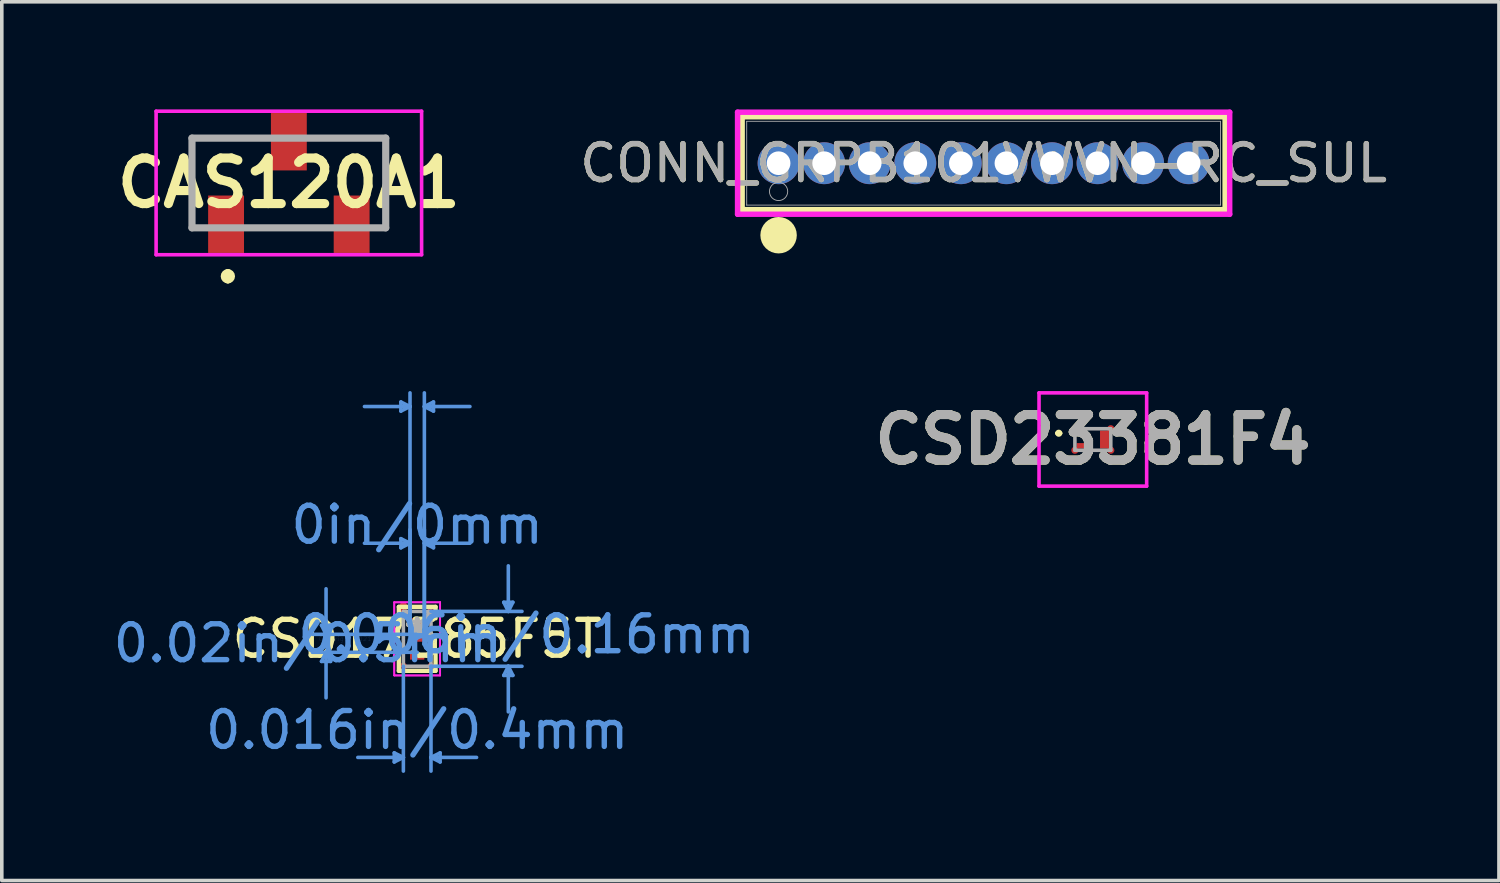
<source format=kicad_pcb>
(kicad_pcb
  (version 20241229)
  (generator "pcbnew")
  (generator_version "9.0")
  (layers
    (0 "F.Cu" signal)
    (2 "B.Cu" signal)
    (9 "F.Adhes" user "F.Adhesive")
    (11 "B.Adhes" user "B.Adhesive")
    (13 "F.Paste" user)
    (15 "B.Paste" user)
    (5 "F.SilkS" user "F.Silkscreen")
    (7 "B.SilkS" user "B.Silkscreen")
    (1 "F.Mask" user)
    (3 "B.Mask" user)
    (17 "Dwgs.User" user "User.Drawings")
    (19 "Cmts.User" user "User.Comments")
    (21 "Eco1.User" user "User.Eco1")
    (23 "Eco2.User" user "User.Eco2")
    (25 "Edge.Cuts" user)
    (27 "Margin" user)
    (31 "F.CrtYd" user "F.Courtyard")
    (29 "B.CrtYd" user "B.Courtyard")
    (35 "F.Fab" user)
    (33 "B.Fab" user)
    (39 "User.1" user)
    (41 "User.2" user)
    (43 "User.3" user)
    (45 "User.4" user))
  (footprint "CAS120A1"
    (layer "F.Cu")
    (at 5.001 2.05)
    (property "Reference" "CAS120A1" (at 0 0 0) (layer "F.SilkS") (effects (font (size 1.27 1.27) (thickness 0.254))))
    (attr smd)
    (fp_line (start -2.7 -1.25) (end -1 -1.25) (stroke (width 0.1) (type solid)) (layer "F.SilkS"))
    (fp_line (start -2.7 1.15) (end -2.7 -1.25) (stroke (width 0.1) (type solid)) (layer "F.SilkS"))
    (fp_line (start -2.7 1.15) (end -2.7 1.15) (stroke (width 0.1) (type solid)) (layer "F.SilkS"))
    (fp_line (start -1.7 2.5) (end -1.7 2.5) (stroke (width 0.2) (type solid)) (layer "F.SilkS"))
    (fp_line (start -1.7 2.7) (end -1.7 2.7) (stroke (width 0.2) (type solid)) (layer "F.SilkS"))
    (fp_line (start -0.5 1.25) (end 0.5 1.25) (stroke (width 0.1) (type solid)) (layer "F.SilkS"))
    (fp_line (start 1 -1.25) (end 2.7 -1.25) (stroke (width 0.1) (type solid)) (layer "F.SilkS"))
    (fp_line (start 2.7 -1.25) (end 2.7 1) (stroke (width 0.1) (type solid)) (layer "F.SilkS"))
    (fp_arc (start -1.7 2.5) (mid -1.6 2.6) (end -1.7 2.7) (stroke (width 0.2) (type solid)) (layer "F.SilkS"))
    (fp_arc (start -1.7 2.7) (mid -1.8 2.6) (end -1.7 2.5) (stroke (width 0.2) (type solid)) (layer "F.SilkS"))
    (fp_line (start -3.7 -2) (end 3.7 -2) (stroke (width 0.1) (type solid)) (layer "F.CrtYd"))
    (fp_line (start -3.7 2) (end -3.7 -2) (stroke (width 0.1) (type solid)) (layer "F.CrtYd"))
    (fp_line (start 3.7 -2) (end 3.7 2) (stroke (width 0.1) (type solid)) (layer "F.CrtYd"))
    (fp_line (start 3.7 2) (end -3.7 2) (stroke (width 0.1) (type solid)) (layer "F.CrtYd"))
    (fp_line (start -2.7 -1.25) (end 2.7 -1.25) (stroke (width 0.2) (type solid)) (layer "F.Fab"))
    (fp_line (start -2.7 1.25) (end -2.7 -1.25) (stroke (width 0.2) (type solid)) (layer "F.Fab"))
    (fp_line (start 2.7 -1.25) (end 2.7 1.25) (stroke (width 0.2) (type solid)) (layer "F.Fab"))
    (fp_line (start 2.7 1.25) (end -2.7 1.25) (stroke (width 0.2) (type solid)) (layer "F.Fab"))
    (pad "1" smd rect (at -1.75 1.15) (size 1 1.6) (layers "F.Cu" "F.Mask" "F.Paste"))
    (pad "2" smd rect (at 0 -1.15) (size 1 1.6) (layers "F.Cu" "F.Mask" "F.Paste"))
    (pad "3" smd rect (at 1.75 1.15) (size 1 1.6) (layers "F.Cu" "F.Mask" "F.Paste")))
  (footprint "CONN_GRPB101VWVN-RC_SUL"
    (layer "F.Cu")
    (at 18.651 1.499)
    (property "Reference" "CONN_GRPB101VWVN-RC_SUL" (at 5.715 0 0) (unlocked yes) (layer "F.SilkS") (effects (font (size 1 1) (thickness 0.15))))
    (attr through_hole)
    (fp_line (start -1.016 -1.295) (end -1.016 1.295) (stroke (width 0.152) (type solid)) (layer "F.SilkS"))
    (fp_line (start -1.016 1.295) (end 12.446 1.295) (stroke (width 0.152) (type solid)) (layer "F.SilkS"))
    (fp_line (start 12.446 -1.295) (end -1.016 -1.295) (stroke (width 0.152) (type solid)) (layer "F.SilkS"))
    (fp_line (start 12.446 1.295) (end 12.446 -1.295) (stroke (width 0.152) (type solid)) (layer "F.SilkS"))
    (fp_circle (center 0 2.007) (end 0.254 2.007) (stroke (width 0.508) (type solid)) (fill no) (layer "F.SilkS"))
    (fp_line (start -1.143 -1.422) (end -1.143 1.422) (stroke (width 0.152) (type solid)) (layer "F.CrtYd"))
    (fp_line (start -1.143 1.422) (end 12.573 1.422) (stroke (width 0.152) (type solid)) (layer "F.CrtYd"))
    (fp_line (start 12.573 -1.422) (end -1.143 -1.422) (stroke (width 0.152) (type solid)) (layer "F.CrtYd"))
    (fp_line (start 12.573 1.422) (end 12.573 -1.422) (stroke (width 0.152) (type solid)) (layer "F.CrtYd"))
    (fp_line (start -0.889 -1.168) (end -0.889 1.168) (stroke (width 0.025) (type solid)) (layer "F.Fab"))
    (fp_line (start -0.889 1.168) (end 12.319 1.168) (stroke (width 0.025) (type solid)) (layer "F.Fab"))
    (fp_line (start 12.319 -1.168) (end -0.889 -1.168) (stroke (width 0.025) (type solid)) (layer "F.Fab"))
    (fp_line (start 12.319 1.168) (end 12.319 -1.168) (stroke (width 0.025) (type solid)) (layer "F.Fab"))
    (fp_circle (center 0 0.787) (end 0.254 0.787) (stroke (width 0.025) (type solid)) (fill no) (layer "F.Fab"))
    (fp_text user "${REFERENCE}" (at 5.715 0 0) (unlocked yes) (layer "F.Fab") (effects (font (size 1 1) (thickness 0.15))))
    (pad "1" thru_hole circle (at 0 0) (size 1.168 1.168) (drill 0.66) (layers "*.Cu" "*.Mask"))
    (pad "2" thru_hole circle (at 1.27 0) (size 1.168 1.168) (drill 0.66) (layers "*.Cu" "*.Mask"))
    (pad "3" thru_hole circle (at 2.54 0) (size 1.168 1.168) (drill 0.66) (layers "*.Cu" "*.Mask"))
    (pad "4" thru_hole circle (at 3.81 0) (size 1.168 1.168) (drill 0.66) (layers "*.Cu" "*.Mask"))
    (pad "5" thru_hole circle (at 5.08 0) (size 1.168 1.168) (drill 0.66) (layers "*.Cu" "*.Mask"))
    (pad "6" thru_hole circle (at 6.35 0) (size 1.168 1.168) (drill 0.66) (layers "*.Cu" "*.Mask"))
    (pad "7" thru_hole circle (at 7.62 0) (size 1.168 1.168) (drill 0.66) (layers "*.Cu" "*.Mask"))
    (pad "8" thru_hole circle (at 8.89 0) (size 1.168 1.168) (drill 0.66) (layers "*.Cu" "*.Mask"))
    (pad "9" thru_hole circle (at 10.16 0) (size 1.168 1.168) (drill 0.66) (layers "*.Cu" "*.Mask"))
    (pad "10" thru_hole circle (at 11.43 0) (size 1.168 1.168) (drill 0.66) (layers "*.Cu" "*.Mask")))
  (footprint "CSD17585F5T"
    (layer "F.Cu")
    (at 8.578 14.756)
    (property "Reference" "CSD17585F5T" (at 0 0 0) (layer "F.SilkS") (effects (font (size 1 1) (thickness 0.15))))
    (attr through_hole)
    (fp_circle (center -0.385 -0.93) (end -0.384 -0.93) (stroke (width 0.1) (type solid)) (fill no) (layer "F.Cu"))
    (fp_circle (center -0.385 -0.765) (end -0.385 -0.765) (stroke (width 0.1) (type solid)) (fill no) (layer "F.Cu"))
    (fp_circle (center -0.385 0.765) (end -0.385 0.765) (stroke (width 0.1) (type solid)) (fill no) (layer "F.Cu"))
    (fp_circle (center 0.385 -0.765) (end 0.385 -0.765) (stroke (width 0.1) (type solid)) (fill no) (layer "F.Cu"))
    (fp_circle (center 0.385 0.765) (end 0.385 0.765) (stroke (width 0.1) (type solid)) (fill no) (layer "F.Cu"))
    (fp_line (start -0.512 -0.892) (end -0.512 -0.571) (stroke (width 0.12) (type solid)) (layer "F.SilkS"))
    (fp_line (start -0.512 0.321) (end -0.512 0.892) (stroke (width 0.12) (type solid)) (layer "F.SilkS"))
    (fp_line (start -0.512 0.892) (end 0.512 0.892) (stroke (width 0.12) (type solid)) (layer "F.SilkS"))
    (fp_line (start 0.512 -0.892) (end -0.512 -0.892) (stroke (width 0.12) (type solid)) (layer "F.SilkS"))
    (fp_line (start 0.512 -0.571) (end 0.512 -0.892) (stroke (width 0.12) (type solid)) (layer "F.SilkS"))
    (fp_line (start 0.512 0.892) (end 0.512 0.321) (stroke (width 0.12) (type solid)) (layer "F.SilkS"))
    (fp_arc (start -0.53274 -0.051171) (mid -0.6278 -0.125) (end -0.53274 -0.198829) (stroke (width 0.12) (type solid)) (layer "F.SilkS"))
    (fp_line (start -2.667 -0.379) (end -2.413 -0.379) (stroke (width 0.1) (type solid)) (layer "Cmts.User"))
    (fp_line (start -2.667 0.629) (end -2.413 0.629) (stroke (width 0.1) (type solid)) (layer "Cmts.User"))
    (fp_line (start -2.54 -0.125) (end -2.667 -0.379) (stroke (width 0.1) (type solid)) (layer "Cmts.User"))
    (fp_line (start -2.54 -0.125) (end -2.54 -1.395) (stroke (width 0.1) (type solid)) (layer "Cmts.User"))
    (fp_line (start -2.54 -0.125) (end -2.413 -0.379) (stroke (width 0.1) (type solid)) (layer "Cmts.User"))
    (fp_line (start -2.54 0.375) (end -2.667 0.629) (stroke (width 0.1) (type solid)) (layer "Cmts.User"))
    (fp_line (start -2.54 0.375) (end -2.54 1.645) (stroke (width 0.1) (type solid)) (layer "Cmts.User"))
    (fp_line (start -2.54 0.375) (end -2.413 0.629) (stroke (width 0.1) (type solid)) (layer "Cmts.User"))
    (fp_line (start -0.639 3.178) (end -0.639 3.432) (stroke (width 0.1) (type solid)) (layer "Cmts.User"))
    (fp_line (start -0.454 -6.602) (end -0.454 -6.348) (stroke (width 0.1) (type solid)) (layer "Cmts.User"))
    (fp_line (start -0.454 -2.792) (end -0.454 -2.538) (stroke (width 0.1) (type solid)) (layer "Cmts.User"))
    (fp_line (start -0.385 0.765) (end -0.385 3.686) (stroke (width 0.1) (type solid)) (layer "Cmts.User"))
    (fp_line (start -0.385 3.305) (end -1.655 3.305) (stroke (width 0.1) (type solid)) (layer "Cmts.User"))
    (fp_line (start -0.385 3.305) (end -0.639 3.178) (stroke (width 0.1) (type solid)) (layer "Cmts.User"))
    (fp_line (start -0.385 3.305) (end -0.639 3.432) (stroke (width 0.1) (type solid)) (layer "Cmts.User"))
    (fp_line (start -0.2 -6.475) (end -1.47 -6.475) (stroke (width 0.1) (type solid)) (layer "Cmts.User"))
    (fp_line (start -0.2 -6.475) (end -0.454 -6.602) (stroke (width 0.1) (type solid)) (layer "Cmts.User"))
    (fp_line (start -0.2 -6.475) (end -0.454 -6.348) (stroke (width 0.1) (type solid)) (layer "Cmts.User"))
    (fp_line (start -0.2 -2.665) (end -1.47 -2.665) (stroke (width 0.1) (type solid)) (layer "Cmts.User"))
    (fp_line (start -0.2 -2.665) (end -0.454 -2.792) (stroke (width 0.1) (type solid)) (layer "Cmts.User"))
    (fp_line (start -0.2 -2.665) (end -0.454 -2.538) (stroke (width 0.1) (type solid)) (layer "Cmts.User"))
    (fp_line (start -0.2 -0.125) (end -0.2 -6.856) (stroke (width 0.1) (type solid)) (layer "Cmts.User"))
    (fp_line (start -0.2 -0.125) (end -0.2 -3.046) (stroke (width 0.1) (type solid)) (layer "Cmts.User"))
    (fp_line (start 0 -0.125) (end -2.921 -0.125) (stroke (width 0.1) (type solid)) (layer "Cmts.User"))
    (fp_line (start 0 0.375) (end -2.921 0.375) (stroke (width 0.1) (type solid)) (layer "Cmts.User"))
    (fp_line (start 0.2 -6.475) (end 0.454 -6.602) (stroke (width 0.1) (type solid)) (layer "Cmts.User"))
    (fp_line (start 0.2 -6.475) (end 0.454 -6.348) (stroke (width 0.1) (type solid)) (layer "Cmts.User"))
    (fp_line (start 0.2 -6.475) (end 1.47 -6.475) (stroke (width 0.1) (type solid)) (layer "Cmts.User"))
    (fp_line (start 0.2 -2.665) (end 0.454 -2.792) (stroke (width 0.1) (type solid)) (layer "Cmts.User"))
    (fp_line (start 0.2 -2.665) (end 0.454 -2.538) (stroke (width 0.1) (type solid)) (layer "Cmts.User"))
    (fp_line (start 0.2 -2.665) (end 1.47 -2.665) (stroke (width 0.1) (type solid)) (layer "Cmts.User"))
    (fp_line (start 0.2 -0.125) (end 0.2 -6.856) (stroke (width 0.1) (type solid)) (layer "Cmts.User"))
    (fp_line (start 0.2 -0.125) (end 0.2 -3.046) (stroke (width 0.1) (type solid)) (layer "Cmts.User"))
    (fp_line (start 0.385 -0.765) (end 2.921 -0.765) (stroke (width 0.1) (type solid)) (layer "Cmts.User"))
    (fp_line (start 0.385 0.765) (end 0.385 3.686) (stroke (width 0.1) (type solid)) (layer "Cmts.User"))
    (fp_line (start 0.385 0.765) (end 2.921 0.765) (stroke (width 0.1) (type solid)) (layer "Cmts.User"))
    (fp_line (start 0.385 3.305) (end 0.639 3.178) (stroke (width 0.1) (type solid)) (layer "Cmts.User"))
    (fp_line (start 0.385 3.305) (end 0.639 3.432) (stroke (width 0.1) (type solid)) (layer "Cmts.User"))
    (fp_line (start 0.385 3.305) (end 1.655 3.305) (stroke (width 0.1) (type solid)) (layer "Cmts.User"))
    (fp_line (start 0.454 -6.602) (end 0.454 -6.348) (stroke (width 0.1) (type solid)) (layer "Cmts.User"))
    (fp_line (start 0.454 -2.792) (end 0.454 -2.538) (stroke (width 0.1) (type solid)) (layer "Cmts.User"))
    (fp_line (start 0.639 3.178) (end 0.639 3.432) (stroke (width 0.1) (type solid)) (layer "Cmts.User"))
    (fp_line (start 2.413 -1.019) (end 2.667 -1.019) (stroke (width 0.1) (type solid)) (layer "Cmts.User"))
    (fp_line (start 2.413 1.019) (end 2.667 1.019) (stroke (width 0.1) (type solid)) (layer "Cmts.User"))
    (fp_line (start 2.54 -0.765) (end 2.413 -1.019) (stroke (width 0.1) (type solid)) (layer "Cmts.User"))
    (fp_line (start 2.54 -0.765) (end 2.54 -2.035) (stroke (width 0.1) (type solid)) (layer "Cmts.User"))
    (fp_line (start 2.54 -0.765) (end 2.667 -1.019) (stroke (width 0.1) (type solid)) (layer "Cmts.User"))
    (fp_line (start 2.54 0.765) (end 2.413 1.019) (stroke (width 0.1) (type solid)) (layer "Cmts.User"))
    (fp_line (start 2.54 0.765) (end 2.54 2.035) (stroke (width 0.1) (type solid)) (layer "Cmts.User"))
    (fp_line (start 2.54 0.765) (end 2.667 1.019) (stroke (width 0.1) (type solid)) (layer "Cmts.User"))
    (fp_line (start -0.639 -1.019) (end 0.639 -1.019) (stroke (width 0.05) (type solid)) (layer "F.CrtYd"))
    (fp_line (start -0.639 -1.019) (end 0.639 -1.019) (stroke (width 0.05) (type solid)) (layer "F.CrtYd"))
    (fp_line (start -0.639 -0.459) (end -0.639 -1.019) (stroke (width 0.05) (type solid)) (layer "F.CrtYd"))
    (fp_line (start -0.639 -0.459) (end -0.639 -1.019) (stroke (width 0.05) (type solid)) (layer "F.CrtYd"))
    (fp_line (start -0.639 -0.459) (end -0.639 -0.459) (stroke (width 0.05) (type solid)) (layer "F.CrtYd"))
    (fp_line (start -0.639 -0.459) (end -0.639 -0.459) (stroke (width 0.05) (type solid)) (layer "F.CrtYd"))
    (fp_line (start -0.639 0.459) (end -0.639 -0.459) (stroke (width 0.05) (type solid)) (layer "F.CrtYd"))
    (fp_line (start -0.639 0.459) (end -0.639 -0.459) (stroke (width 0.05) (type solid)) (layer "F.CrtYd"))
    (fp_line (start -0.639 0.459) (end -0.639 0.459) (stroke (width 0.05) (type solid)) (layer "F.CrtYd"))
    (fp_line (start -0.639 0.459) (end -0.639 0.459) (stroke (width 0.05) (type solid)) (layer "F.CrtYd"))
    (fp_line (start -0.639 1.019) (end -0.639 0.459) (stroke (width 0.05) (type solid)) (layer "F.CrtYd"))
    (fp_line (start -0.639 1.019) (end -0.639 0.459) (stroke (width 0.05) (type solid)) (layer "F.CrtYd"))
    (fp_line (start 0.639 -1.019) (end 0.639 -0.459) (stroke (width 0.05) (type solid)) (layer "F.CrtYd"))
    (fp_line (start 0.639 -1.019) (end 0.639 -0.459) (stroke (width 0.05) (type solid)) (layer "F.CrtYd"))
    (fp_line (start 0.639 -0.459) (end 0.639 -0.459) (stroke (width 0.05) (type solid)) (layer "F.CrtYd"))
    (fp_line (start 0.639 -0.459) (end 0.639 -0.459) (stroke (width 0.05) (type solid)) (layer "F.CrtYd"))
    (fp_line (start 0.639 -0.459) (end 0.639 0.459) (stroke (width 0.05) (type solid)) (layer "F.CrtYd"))
    (fp_line (start 0.639 -0.459) (end 0.639 0.459) (stroke (width 0.05) (type solid)) (layer "F.CrtYd"))
    (fp_line (start 0.639 0.459) (end 0.639 0.459) (stroke (width 0.05) (type solid)) (layer "F.CrtYd"))
    (fp_line (start 0.639 0.459) (end 0.639 0.459) (stroke (width 0.05) (type solid)) (layer "F.CrtYd"))
    (fp_line (start 0.639 0.459) (end 0.639 1.019) (stroke (width 0.05) (type solid)) (layer "F.CrtYd"))
    (fp_line (start 0.639 0.459) (end 0.639 1.019) (stroke (width 0.05) (type solid)) (layer "F.CrtYd"))
    (fp_line (start 0.639 1.019) (end -0.639 1.019) (stroke (width 0.05) (type solid)) (layer "F.CrtYd"))
    (fp_line (start 0.639 1.019) (end -0.639 1.019) (stroke (width 0.05) (type solid)) (layer "F.CrtYd"))
    (fp_line (start -0.385 -0.765) (end -0.385 0.765) (stroke (width 0.1) (type solid)) (layer "F.Fab"))
    (fp_line (start -0.385 0.765) (end 0.385 0.765) (stroke (width 0.1) (type solid)) (layer "F.Fab"))
    (fp_line (start 0.385 -0.765) (end -0.385 -0.765) (stroke (width 0.1) (type solid)) (layer "F.Fab"))
    (fp_line (start 0.385 0.765) (end 0.385 -0.765) (stroke (width 0.1) (type solid)) (layer "F.Fab"))
    (fp_arc (start 0.3048 -0.765) (mid 0 -0.4602) (end -0.3048 -0.765) (stroke (width 0.1) (type solid)) (layer "F.Fab"))
    (fp_circle (center 0.2 -0.125) (end 0.2 -0.125) (stroke (width 0.1) (type solid)) (fill no) (layer "F.Fab"))
    (fp_text user "*" (at 0 0 0) (layer "F.SilkS") (effects (font (size 1 1) (thickness 0.15))))
    (fp_text user "0.02in/0.5mm" (at -3.048 0.125 0) (layer "Cmts.User") (effects (font (size 1 1) (thickness 0.15))))
    (fp_text user "0.006in/0.16mm" (at 3.048 -0.125 0) (layer "Cmts.User") (effects (font (size 1 1) (thickness 0.15))))
    (fp_text user "0.016in/0.4mm" (at 0 2.543 0) (layer "Cmts.User") (effects (font (size 1 1) (thickness 0.15))))
    (fp_text user "Copyright 2021 Accelerated Designs. All rights reserved." (at 0 0 0) (layer "Cmts.User") (effects (font (size 0.127 0.127) (thickness 0.002))))
    (fp_text user "0in/0mm" (at 0 -3.178 0) (layer "Cmts.User") (effects (font (size 1 1) (thickness 0.15))))
    (fp_text user "*" (at 0 0 0) (layer "F.Fab") (effects (font (size 1 1) (thickness 0.15))))
    (pad "1" smd rect (at 0 -0.5) (size 0.4 0.16) (layers "F.Cu" "F.Mask" "F.Paste"))
    (pad "2" smd rect (at 0 -0.000008) (size 0.4 0.16) (layers "F.Cu" "F.Mask" "F.Paste"))
    (pad "3" smd rect (at 0 0.5) (size 0.4 0.16) (layers "F.Cu" "F.Mask" "F.Paste")))
  (footprint "CSD23381F4"
    (layer "F.Cu")
    (at 27.41 9.2)
    (property "Reference" "CSD23381F4" (at 0 0 0) (layer "F.SilkS") (effects (font (size 1.27 1.27) (thickness 0.254))))
    (attr smd)
    (fp_circle (center -0.5 -0.3) (end -0.5 -0.3) (stroke (width 0.1) (type solid)) (fill no) (layer "F.Cu"))
    (fp_circle (center -0.5 0.3) (end -0.5 0.3) (stroke (width 0.1) (type solid)) (fill no) (layer "F.Cu"))
    (fp_circle (center 0.5 -0.3) (end 0.5 -0.3) (stroke (width 0.1) (type solid)) (fill no) (layer "F.Cu"))
    (fp_circle (center 0.5 0.3) (end 0.5 0.3) (stroke (width 0.1) (type solid)) (fill no) (layer "F.Cu"))
    (fp_line (start -1 -0.175) (end -1 -0.175) (stroke (width 0.1) (type solid)) (layer "F.SilkS"))
    (fp_line (start -0.9 -0.175) (end -0.9 -0.175) (stroke (width 0.1) (type solid)) (layer "F.SilkS"))
    (fp_arc (start -1 -0.175) (mid -0.95 -0.225) (end -0.9 -0.175) (stroke (width 0.1) (type solid)) (layer "F.SilkS"))
    (fp_arc (start -0.9 -0.175) (mid -0.95 -0.125) (end -1 -0.175) (stroke (width 0.1) (type solid)) (layer "F.SilkS"))
    (fp_line (start -1.5 -1.3) (end 1.5 -1.3) (stroke (width 0.1) (type solid)) (layer "F.CrtYd"))
    (fp_line (start -1.5 1.3) (end -1.5 -1.3) (stroke (width 0.1) (type solid)) (layer "F.CrtYd"))
    (fp_line (start 1.5 -1.3) (end 1.5 1.3) (stroke (width 0.1) (type solid)) (layer "F.CrtYd"))
    (fp_line (start 1.5 1.3) (end -1.5 1.3) (stroke (width 0.1) (type solid)) (layer "F.CrtYd"))
    (fp_line (start -0.5 -0.3) (end -0.5 0.3) (stroke (width 0.1) (type solid)) (layer "F.Fab"))
    (fp_line (start -0.5 0.3) (end 0.5 0.3) (stroke (width 0.1) (type solid)) (layer "F.Fab"))
    (fp_line (start 0.5 -0.3) (end -0.5 -0.3) (stroke (width 0.1) (type solid)) (layer "F.Fab"))
    (fp_line (start 0.5 0.3) (end 0.5 -0.3) (stroke (width 0.1) (type solid)) (layer "F.Fab"))
    (fp_text user "${REFERENCE}" (at 0 0 0) (layer "F.Fab") (effects (font (size 1.27 1.27) (thickness 0.254))))
    (pad "1" smd rect (at -0.325 -0.175 90) (size 0.15 0.25) (layers "F.Cu" "F.Mask" "F.Paste"))
    (pad "2" smd rect (at -0.325 0.175 90) (size 0.15 0.25) (layers "F.Cu" "F.Mask" "F.Paste"))
    (pad "3" smd rect (at 0.325 0) (size 0.25 0.5) (layers "F.Cu" "F.Mask" "F.Paste")))
  (gr_rect
    (start -3 -3)
    (end 38.729 21.492)
    (stroke (width 0.1) (type default))
    (fill no)
    (layer "Edge.Cuts")))
</source>
